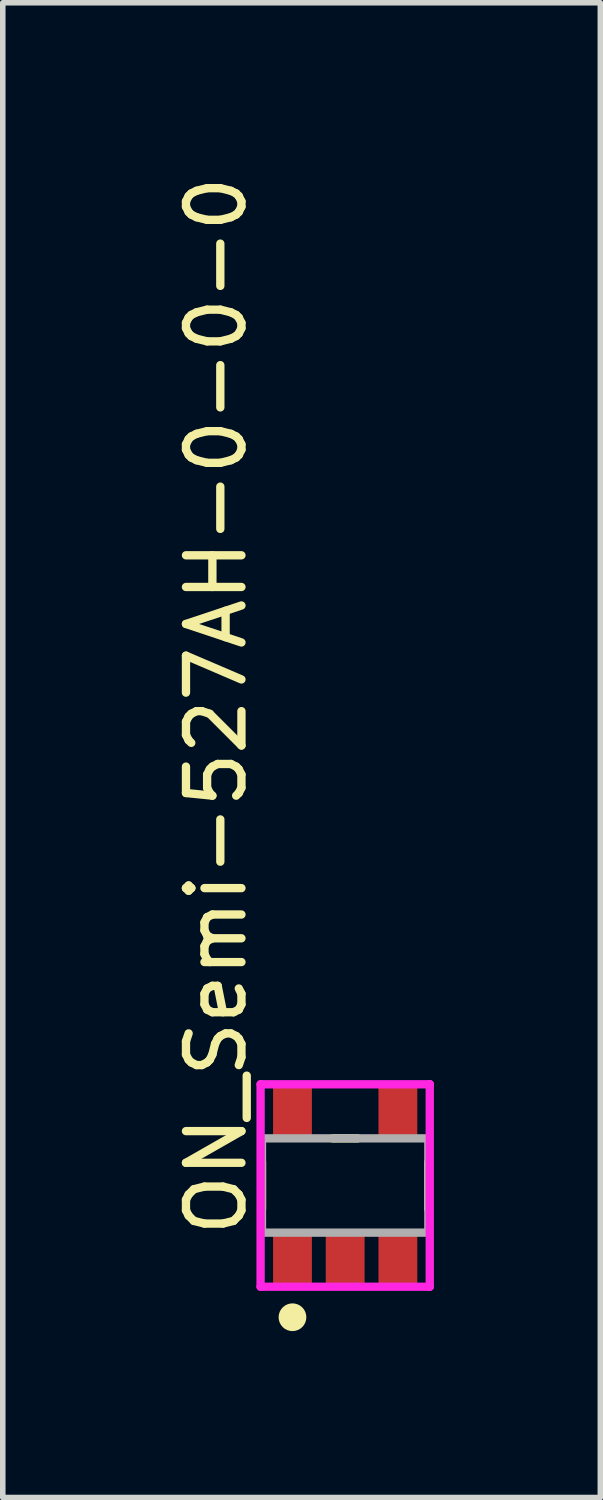
<source format=kicad_pcb>
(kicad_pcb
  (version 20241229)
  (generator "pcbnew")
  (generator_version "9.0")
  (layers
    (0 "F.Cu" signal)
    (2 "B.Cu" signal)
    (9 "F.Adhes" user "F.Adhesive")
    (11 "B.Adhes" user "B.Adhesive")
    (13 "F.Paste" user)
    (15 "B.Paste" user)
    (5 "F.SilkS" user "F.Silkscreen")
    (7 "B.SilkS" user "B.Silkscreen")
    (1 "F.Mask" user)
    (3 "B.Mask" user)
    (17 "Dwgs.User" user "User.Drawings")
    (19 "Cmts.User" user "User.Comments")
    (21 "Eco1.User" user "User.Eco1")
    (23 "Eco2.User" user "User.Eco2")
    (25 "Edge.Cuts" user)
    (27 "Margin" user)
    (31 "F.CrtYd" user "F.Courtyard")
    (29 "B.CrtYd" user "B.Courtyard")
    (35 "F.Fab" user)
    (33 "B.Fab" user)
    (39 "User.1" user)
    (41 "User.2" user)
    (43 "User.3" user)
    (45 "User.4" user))
  (footprint "ON_Semi-527AH-0-0-0"
    (layer "F.Cu")
    (at 3.173 18.323)
    (property "Reference" "ON_Semi-527AH-0-0-0" (at -2.325 0.975 270) (layer "F.SilkS") (effects (font (size 1 1) (thickness 0.15)) (justify left)))
    (attr through_hole)
    (fp_line (start -1.5 0.425) (end -1.5 -0.425) (stroke (width 0.15) (type solid)) (layer "F.SilkS"))
    (fp_line (start -0.225 -0.85) (end 0.225 -0.85) (stroke (width 0.15) (type solid)) (layer "F.SilkS"))
    (fp_line (start 1.5 0.425) (end 1.5 -0.425) (stroke (width 0.15) (type solid)) (layer "F.SilkS"))
    (fp_circle (center -0.95 2.375) (end -0.825 2.375) (stroke (width 0.25) (type solid)) (fill no) (layer "F.SilkS"))
    (fp_line (start -1.525 -1.825) (end -1.525 1.825) (stroke (width 0.15) (type solid)) (layer "F.CrtYd"))
    (fp_line (start -1.525 1.825) (end 1.525 1.825) (stroke (width 0.15) (type solid)) (layer "F.CrtYd"))
    (fp_line (start 1.525 -1.825) (end -1.525 -1.825) (stroke (width 0.15) (type solid)) (layer "F.CrtYd"))
    (fp_line (start 1.525 -1.825) (end 1.525 -1.825) (stroke (width 0.15) (type solid)) (layer "F.CrtYd"))
    (fp_line (start 1.525 1.825) (end 1.525 -1.825) (stroke (width 0.15) (type solid)) (layer "F.CrtYd"))
    (fp_line (start -1.5 -0.85) (end 1.5 -0.85) (stroke (width 0.15) (type solid)) (layer "F.Fab"))
    (fp_line (start -1.5 0.85) (end -1.5 -0.85) (stroke (width 0.15) (type solid)) (layer "F.Fab"))
    (fp_line (start 1.5 -0.85) (end 1.5 0.85) (stroke (width 0.15) (type solid)) (layer "F.Fab"))
    (fp_line (start 1.5 0.85) (end -1.5 0.85) (stroke (width 0.15) (type solid)) (layer "F.Fab"))
    (pad "1" smd rect (at -0.95 1.3) (size 0.7 1) (layers "F.Cu" "F.Mask" "F.Paste"))
    (pad "2" smd rect (at 0 1.3) (size 0.7 1) (layers "F.Cu" "F.Mask" "F.Paste"))
    (pad "3" smd rect (at 0.95 1.3) (size 0.7 1) (layers "F.Cu" "F.Mask" "F.Paste"))
    (pad "4" smd rect (at 0.95 -1.3) (size 0.7 1) (layers "F.Cu" "F.Mask" "F.Paste"))
    (pad "5" smd rect (at -0.95 -1.3) (size 0.7 1) (layers "F.Cu" "F.Mask" "F.Paste")))
  (gr_rect
    (start -3 -3)
    (end 7.773 23.948)
    (stroke (width 0.1) (type default))
    (fill no)
    (layer "Edge.Cuts")))
</source>
